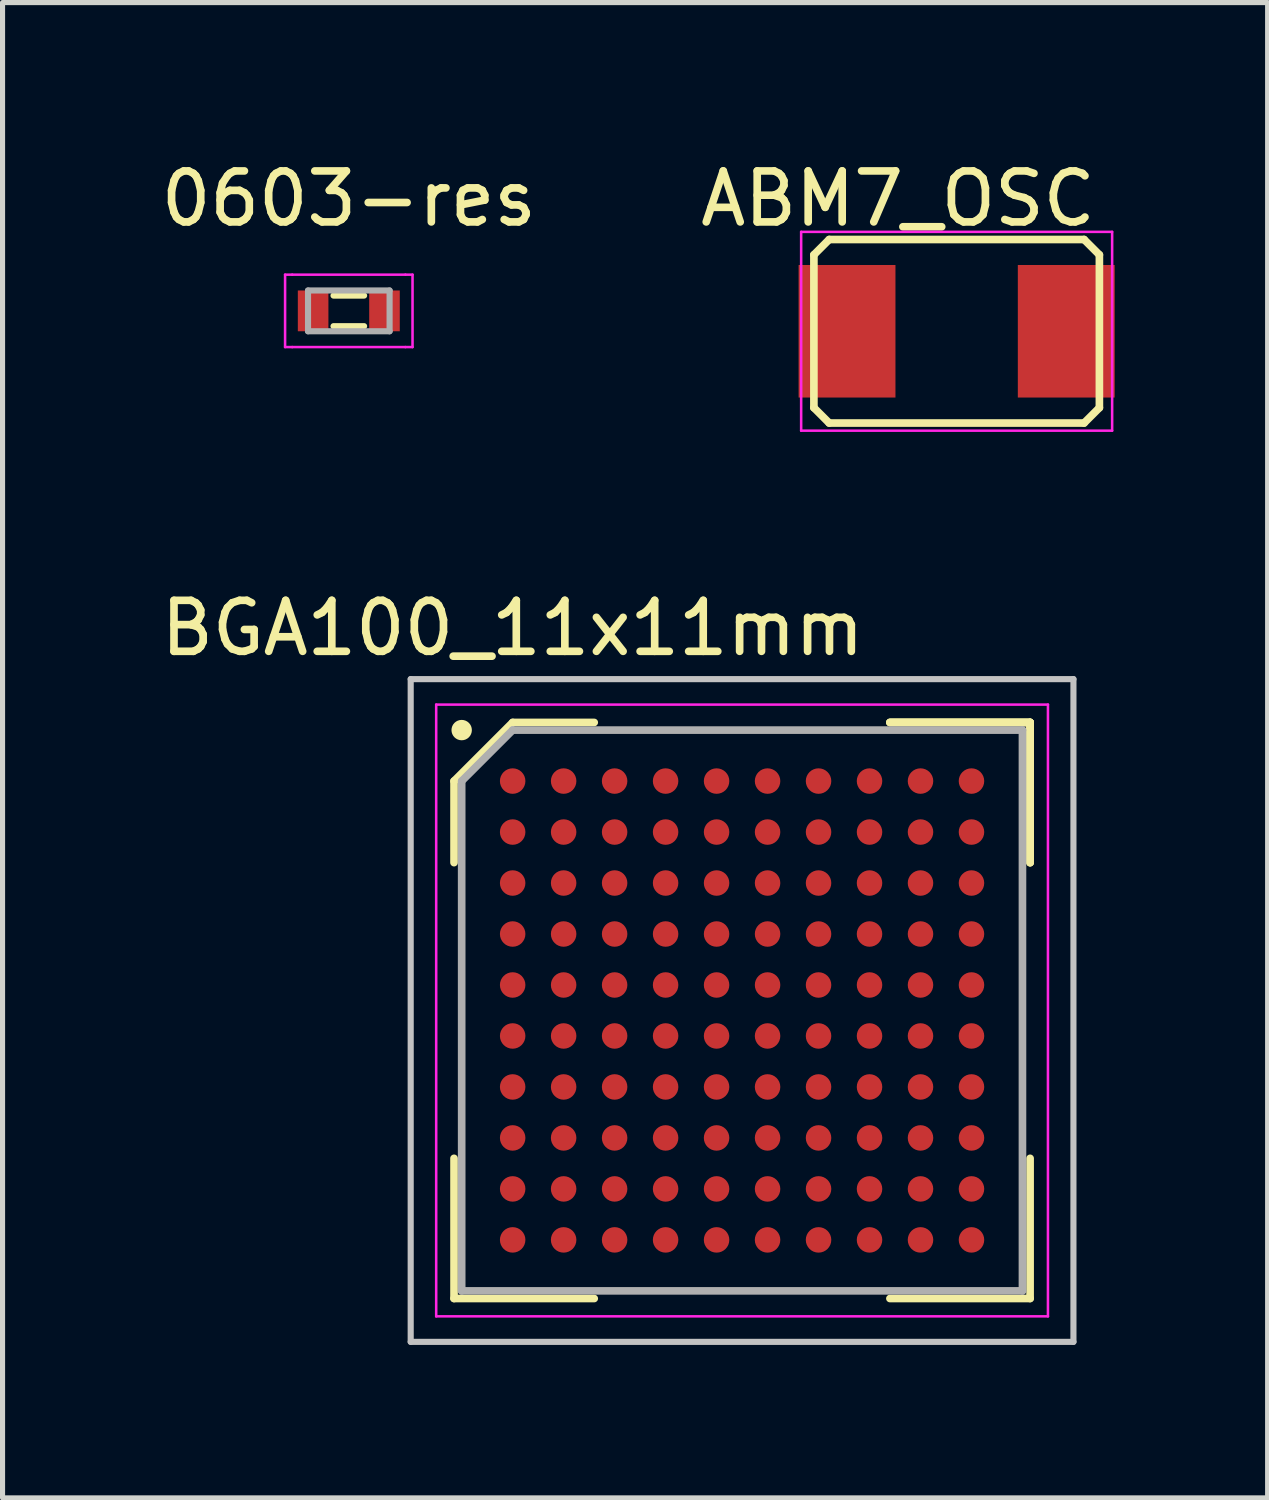
<source format=kicad_pcb>
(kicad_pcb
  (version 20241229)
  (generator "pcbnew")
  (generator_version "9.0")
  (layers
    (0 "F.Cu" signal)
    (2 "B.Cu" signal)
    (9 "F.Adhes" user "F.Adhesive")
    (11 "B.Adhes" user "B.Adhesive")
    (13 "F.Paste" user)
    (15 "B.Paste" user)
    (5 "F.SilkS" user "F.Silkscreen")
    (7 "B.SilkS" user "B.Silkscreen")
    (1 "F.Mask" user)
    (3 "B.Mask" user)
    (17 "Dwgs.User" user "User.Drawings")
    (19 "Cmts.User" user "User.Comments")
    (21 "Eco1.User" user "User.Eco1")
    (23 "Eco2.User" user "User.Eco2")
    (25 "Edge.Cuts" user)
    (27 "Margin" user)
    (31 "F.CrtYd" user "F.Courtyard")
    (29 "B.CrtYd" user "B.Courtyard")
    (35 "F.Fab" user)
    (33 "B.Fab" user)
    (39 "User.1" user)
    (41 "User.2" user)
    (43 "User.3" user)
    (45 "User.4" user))
  (footprint "BGA100_11x11mm"
    (layer "F.Cu")
    (at 11.506 16.771)
    (property "Reference" "BGA100_11x11mm" (at -4.5 -7.5 0) (layer "F.SilkS") (effects (font (size 1 1) (thickness 0.15))))
    (attr smd)
    (fp_line (start -5.65 -4.5) (end -5.65 -2.9) (stroke (width 0.15) (type solid)) (layer "F.SilkS"))
    (fp_line (start -5.65 5.65) (end -5.65 2.9) (stroke (width 0.15) (type solid)) (layer "F.SilkS"))
    (fp_line (start -4.5 -5.65) (end -5.65 -4.5) (stroke (width 0.15) (type solid)) (layer "F.SilkS"))
    (fp_line (start -2.9 -5.65) (end -4.5 -5.65) (stroke (width 0.15) (type solid)) (layer "F.SilkS"))
    (fp_line (start -2.9 5.65) (end -5.65 5.65) (stroke (width 0.15) (type solid)) (layer "F.SilkS"))
    (fp_line (start 2.9 -5.65) (end 5.65 -5.65) (stroke (width 0.15) (type solid)) (layer "F.SilkS"))
    (fp_line (start 2.9 -5.65) (end 5.65 -5.65) (stroke (width 0.15) (type solid)) (layer "F.SilkS"))
    (fp_line (start 2.9 -5.65) (end 5.65 -5.65) (stroke (width 0.15) (type solid)) (layer "F.SilkS"))
    (fp_line (start 2.9 5.65) (end 5.65 5.65) (stroke (width 0.15) (type solid)) (layer "F.SilkS"))
    (fp_line (start 5.65 -5.65) (end 5.65 -2.9) (stroke (width 0.15) (type solid)) (layer "F.SilkS"))
    (fp_line (start 5.65 -5.65) (end 5.65 -2.9) (stroke (width 0.15) (type solid)) (layer "F.SilkS"))
    (fp_line (start 5.65 -5.65) (end 5.65 -2.9) (stroke (width 0.15) (type solid)) (layer "F.SilkS"))
    (fp_line (start 5.65 5.65) (end 5.65 2.9) (stroke (width 0.15) (type solid)) (layer "F.SilkS"))
    (fp_circle (center -5.5 -5.5) (end -5.5 -5.4) (stroke (width 0.2) (type solid)) (fill no) (layer "F.SilkS"))
    (fp_line (start -6.5 -6.5) (end 6.5 -6.5) (stroke (width 0.12) (type solid)) (layer "Dwgs.User"))
    (fp_line (start -6.5 6.5) (end -6.5 -6.5) (stroke (width 0.12) (type solid)) (layer "Dwgs.User"))
    (fp_line (start 6.5 -6.5) (end 6.5 6.5) (stroke (width 0.12) (type solid)) (layer "Dwgs.User"))
    (fp_line (start 6.5 6.5) (end -6.5 6.5) (stroke (width 0.12) (type solid)) (layer "Dwgs.User"))
    (fp_line (start -6 -6) (end 6 -6) (stroke (width 0.05) (type solid)) (layer "F.CrtYd"))
    (fp_line (start -6 6) (end -6 -6) (stroke (width 0.05) (type solid)) (layer "F.CrtYd"))
    (fp_line (start 6 -6) (end 6 6) (stroke (width 0.05) (type solid)) (layer "F.CrtYd"))
    (fp_line (start 6 6) (end -6 6) (stroke (width 0.05) (type solid)) (layer "F.CrtYd"))
    (fp_line (start -5.5 -4.5) (end -5.5 5.5) (stroke (width 0.15) (type solid)) (layer "F.Fab"))
    (fp_line (start -5.5 5.5) (end 5.5 5.5) (stroke (width 0.15) (type solid)) (layer "F.Fab"))
    (fp_line (start -4.5 -5.5) (end -5.5 -4.5) (stroke (width 0.15) (type solid)) (layer "F.Fab"))
    (fp_line (start 5.5 -5.5) (end -4.5 -5.5) (stroke (width 0.15) (type solid)) (layer "F.Fab"))
    (fp_line (start 5.5 5.5) (end 5.5 -5.5) (stroke (width 0.15) (type solid)) (layer "F.Fab"))
    (pad "A1" smd circle (at -4.5 -4.5) (size 0.5 0.5) (layers "F.Cu" "F.Mask" "F.Paste"))
    (pad "A2" smd circle (at -3.5 -4.5) (size 0.5 0.5) (layers "F.Cu" "F.Mask" "F.Paste"))
    (pad "A3" smd circle (at -2.5 -4.5) (size 0.5 0.5) (layers "F.Cu" "F.Mask" "F.Paste"))
    (pad "A4" smd circle (at -1.5 -4.5) (size 0.5 0.5) (layers "F.Cu" "F.Mask" "F.Paste"))
    (pad "A5" smd circle (at -0.5 -4.5) (size 0.5 0.5) (layers "F.Cu" "F.Mask" "F.Paste"))
    (pad "A6" smd circle (at 0.5 -4.5) (size 0.5 0.5) (layers "F.Cu" "F.Mask" "F.Paste"))
    (pad "A7" smd circle (at 1.5 -4.5) (size 0.5 0.5) (layers "F.Cu" "F.Mask" "F.Paste"))
    (pad "A8" smd circle (at 2.5 -4.5) (size 0.5 0.5) (layers "F.Cu" "F.Mask" "F.Paste"))
    (pad "A9" smd circle (at 3.5 -4.5) (size 0.5 0.5) (layers "F.Cu" "F.Mask" "F.Paste"))
    (pad "A10" smd circle (at 4.5 -4.5) (size 0.5 0.5) (layers "F.Cu" "F.Mask" "F.Paste"))
    (pad "B1" smd circle (at -4.5 -3.5) (size 0.5 0.5) (layers "F.Cu" "F.Mask" "F.Paste"))
    (pad "B2" smd circle (at -3.5 -3.5) (size 0.5 0.5) (layers "F.Cu" "F.Mask" "F.Paste"))
    (pad "B3" smd circle (at -2.5 -3.5) (size 0.5 0.5) (layers "F.Cu" "F.Mask" "F.Paste"))
    (pad "B4" smd circle (at -1.5 -3.5) (size 0.5 0.5) (layers "F.Cu" "F.Mask" "F.Paste"))
    (pad "B5" smd circle (at -0.5 -3.5) (size 0.5 0.5) (layers "F.Cu" "F.Mask" "F.Paste"))
    (pad "B6" smd circle (at 0.5 -3.5) (size 0.5 0.5) (layers "F.Cu" "F.Mask" "F.Paste"))
    (pad "B7" smd circle (at 1.5 -3.5) (size 0.5 0.5) (layers "F.Cu" "F.Mask" "F.Paste"))
    (pad "B8" smd circle (at 2.5 -3.5) (size 0.5 0.5) (layers "F.Cu" "F.Mask" "F.Paste"))
    (pad "B9" smd circle (at 3.5 -3.5) (size 0.5 0.5) (layers "F.Cu" "F.Mask" "F.Paste"))
    (pad "B10" smd circle (at 4.5 -3.5) (size 0.5 0.5) (layers "F.Cu" "F.Mask" "F.Paste"))
    (pad "C1" smd circle (at -4.5 -2.5) (size 0.5 0.5) (layers "F.Cu" "F.Mask" "F.Paste"))
    (pad "C2" smd circle (at -3.5 -2.5) (size 0.5 0.5) (layers "F.Cu" "F.Mask" "F.Paste"))
    (pad "C3" smd circle (at -2.5 -2.5) (size 0.5 0.5) (layers "F.Cu" "F.Mask" "F.Paste"))
    (pad "C4" smd circle (at -1.5 -2.5) (size 0.5 0.5) (layers "F.Cu" "F.Mask" "F.Paste"))
    (pad "C5" smd circle (at -0.5 -2.5) (size 0.5 0.5) (layers "F.Cu" "F.Mask" "F.Paste"))
    (pad "C6" smd circle (at 0.5 -2.5) (size 0.5 0.5) (layers "F.Cu" "F.Mask" "F.Paste"))
    (pad "C7" smd circle (at 1.5 -2.5) (size 0.5 0.5) (layers "F.Cu" "F.Mask" "F.Paste"))
    (pad "C8" smd circle (at 2.5 -2.5) (size 0.5 0.5) (layers "F.Cu" "F.Mask" "F.Paste"))
    (pad "C9" smd circle (at 3.5 -2.5) (size 0.5 0.5) (layers "F.Cu" "F.Mask" "F.Paste"))
    (pad "C10" smd circle (at 4.5 -2.5) (size 0.5 0.5) (layers "F.Cu" "F.Mask" "F.Paste"))
    (pad "D1" smd circle (at -4.5 -1.5) (size 0.5 0.5) (layers "F.Cu" "F.Mask" "F.Paste"))
    (pad "D2" smd circle (at -3.5 -1.5) (size 0.5 0.5) (layers "F.Cu" "F.Mask" "F.Paste"))
    (pad "D3" smd circle (at -2.5 -1.5) (size 0.5 0.5) (layers "F.Cu" "F.Mask" "F.Paste"))
    (pad "D4" smd circle (at -1.5 -1.5) (size 0.5 0.5) (layers "F.Cu" "F.Mask" "F.Paste"))
    (pad "D5" smd circle (at -0.5 -1.5) (size 0.5 0.5) (layers "F.Cu" "F.Mask" "F.Paste"))
    (pad "D6" smd circle (at 0.5 -1.5) (size 0.5 0.5) (layers "F.Cu" "F.Mask" "F.Paste"))
    (pad "D7" smd circle (at 1.5 -1.5) (size 0.5 0.5) (layers "F.Cu" "F.Mask" "F.Paste"))
    (pad "D8" smd circle (at 2.5 -1.5) (size 0.5 0.5) (layers "F.Cu" "F.Mask" "F.Paste"))
    (pad "D9" smd circle (at 3.5 -1.5) (size 0.5 0.5) (layers "F.Cu" "F.Mask" "F.Paste"))
    (pad "D10" smd circle (at 4.5 -1.5) (size 0.5 0.5) (layers "F.Cu" "F.Mask" "F.Paste"))
    (pad "E1" smd circle (at -4.5 -0.5) (size 0.5 0.5) (layers "F.Cu" "F.Mask" "F.Paste"))
    (pad "E2" smd circle (at -3.5 -0.5) (size 0.5 0.5) (layers "F.Cu" "F.Mask" "F.Paste"))
    (pad "E3" smd circle (at -2.5 -0.5) (size 0.5 0.5) (layers "F.Cu" "F.Mask" "F.Paste"))
    (pad "E4" smd circle (at -1.5 -0.5) (size 0.5 0.5) (layers "F.Cu" "F.Mask" "F.Paste"))
    (pad "E5" smd circle (at -0.5 -0.5) (size 0.5 0.5) (layers "F.Cu" "F.Mask" "F.Paste"))
    (pad "E6" smd circle (at 0.5 -0.5) (size 0.5 0.5) (layers "F.Cu" "F.Mask" "F.Paste"))
    (pad "E7" smd circle (at 1.5 -0.5) (size 0.5 0.5) (layers "F.Cu" "F.Mask" "F.Paste"))
    (pad "E8" smd circle (at 2.5 -0.5) (size 0.5 0.5) (layers "F.Cu" "F.Mask" "F.Paste"))
    (pad "E9" smd circle (at 3.5 -0.5) (size 0.5 0.5) (layers "F.Cu" "F.Mask" "F.Paste"))
    (pad "E10" smd circle (at 4.5 -0.5) (size 0.5 0.5) (layers "F.Cu" "F.Mask" "F.Paste"))
    (pad "F1" smd circle (at -4.5 0.5) (size 0.5 0.5) (layers "F.Cu" "F.Mask" "F.Paste"))
    (pad "F2" smd circle (at -3.5 0.5) (size 0.5 0.5) (layers "F.Cu" "F.Mask" "F.Paste"))
    (pad "F3" smd circle (at -2.5 0.5) (size 0.5 0.5) (layers "F.Cu" "F.Mask" "F.Paste"))
    (pad "F4" smd circle (at -1.5 0.5) (size 0.5 0.5) (layers "F.Cu" "F.Mask" "F.Paste"))
    (pad "F5" smd circle (at -0.5 0.5) (size 0.5 0.5) (layers "F.Cu" "F.Mask" "F.Paste"))
    (pad "F6" smd circle (at 0.5 0.5) (size 0.5 0.5) (layers "F.Cu" "F.Mask" "F.Paste"))
    (pad "F7" smd circle (at 1.5 0.5) (size 0.5 0.5) (layers "F.Cu" "F.Mask" "F.Paste"))
    (pad "F8" smd circle (at 2.5 0.5) (size 0.5 0.5) (layers "F.Cu" "F.Mask" "F.Paste"))
    (pad "F9" smd circle (at 3.5 0.5) (size 0.5 0.5) (layers "F.Cu" "F.Mask" "F.Paste"))
    (pad "F10" smd circle (at 4.5 0.5) (size 0.5 0.5) (layers "F.Cu" "F.Mask" "F.Paste"))
    (pad "G1" smd circle (at -4.5 1.5) (size 0.5 0.5) (layers "F.Cu" "F.Mask" "F.Paste"))
    (pad "G2" smd circle (at -3.5 1.5) (size 0.5 0.5) (layers "F.Cu" "F.Mask" "F.Paste"))
    (pad "G3" smd circle (at -2.5 1.5) (size 0.5 0.5) (layers "F.Cu" "F.Mask" "F.Paste"))
    (pad "G4" smd circle (at -1.5 1.5) (size 0.5 0.5) (layers "F.Cu" "F.Mask" "F.Paste"))
    (pad "G5" smd circle (at -0.5 1.5) (size 0.5 0.5) (layers "F.Cu" "F.Mask" "F.Paste"))
    (pad "G6" smd circle (at 0.5 1.5) (size 0.5 0.5) (layers "F.Cu" "F.Mask" "F.Paste"))
    (pad "G7" smd circle (at 1.5 1.5) (size 0.5 0.5) (layers "F.Cu" "F.Mask" "F.Paste"))
    (pad "G8" smd circle (at 2.5 1.5) (size 0.5 0.5) (layers "F.Cu" "F.Mask" "F.Paste"))
    (pad "G9" smd circle (at 3.5 1.5) (size 0.5 0.5) (layers "F.Cu" "F.Mask" "F.Paste"))
    (pad "G10" smd circle (at 4.5 1.5) (size 0.5 0.5) (layers "F.Cu" "F.Mask" "F.Paste"))
    (pad "H1" smd circle (at -4.5 2.5) (size 0.5 0.5) (layers "F.Cu" "F.Mask" "F.Paste"))
    (pad "H2" smd circle (at -3.5 2.5) (size 0.5 0.5) (layers "F.Cu" "F.Mask" "F.Paste"))
    (pad "H3" smd circle (at -2.5 2.5) (size 0.5 0.5) (layers "F.Cu" "F.Mask" "F.Paste"))
    (pad "H4" smd circle (at -1.5 2.5) (size 0.5 0.5) (layers "F.Cu" "F.Mask" "F.Paste"))
    (pad "H5" smd circle (at -0.5 2.5) (size 0.5 0.5) (layers "F.Cu" "F.Mask" "F.Paste"))
    (pad "H6" smd circle (at 0.5 2.5) (size 0.5 0.5) (layers "F.Cu" "F.Mask" "F.Paste"))
    (pad "H7" smd circle (at 1.5 2.5) (size 0.5 0.5) (layers "F.Cu" "F.Mask" "F.Paste"))
    (pad "H8" smd circle (at 2.5 2.5) (size 0.5 0.5) (layers "F.Cu" "F.Mask" "F.Paste"))
    (pad "H9" smd circle (at 3.5 2.5) (size 0.5 0.5) (layers "F.Cu" "F.Mask" "F.Paste"))
    (pad "H10" smd circle (at 4.5 2.5) (size 0.5 0.5) (layers "F.Cu" "F.Mask" "F.Paste"))
    (pad "J1" smd circle (at -4.5 3.5) (size 0.5 0.5) (layers "F.Cu" "F.Mask" "F.Paste"))
    (pad "J2" smd circle (at -3.5 3.5) (size 0.5 0.5) (layers "F.Cu" "F.Mask" "F.Paste"))
    (pad "J3" smd circle (at -2.5 3.5) (size 0.5 0.5) (layers "F.Cu" "F.Mask" "F.Paste"))
    (pad "J4" smd circle (at -1.5 3.5) (size 0.5 0.5) (layers "F.Cu" "F.Mask" "F.Paste"))
    (pad "J5" smd circle (at -0.5 3.5) (size 0.5 0.5) (layers "F.Cu" "F.Mask" "F.Paste"))
    (pad "J6" smd circle (at 0.5 3.5) (size 0.5 0.5) (layers "F.Cu" "F.Mask" "F.Paste"))
    (pad "J7" smd circle (at 1.5 3.5) (size 0.5 0.5) (layers "F.Cu" "F.Mask" "F.Paste"))
    (pad "J8" smd circle (at 2.5 3.5) (size 0.5 0.5) (layers "F.Cu" "F.Mask" "F.Paste"))
    (pad "J9" smd circle (at 3.5 3.5) (size 0.5 0.5) (layers "F.Cu" "F.Mask" "F.Paste"))
    (pad "J10" smd circle (at 4.5 3.5) (size 0.5 0.5) (layers "F.Cu" "F.Mask" "F.Paste"))
    (pad "K1" smd circle (at -4.5 4.5) (size 0.5 0.5) (layers "F.Cu" "F.Mask" "F.Paste"))
    (pad "K2" smd circle (at -3.5 4.5) (size 0.5 0.5) (layers "F.Cu" "F.Mask" "F.Paste"))
    (pad "K3" smd circle (at -2.5 4.5) (size 0.5 0.5) (layers "F.Cu" "F.Mask" "F.Paste"))
    (pad "K4" smd circle (at -1.5 4.5) (size 0.5 0.5) (layers "F.Cu" "F.Mask" "F.Paste"))
    (pad "K5" smd circle (at -0.5 4.5) (size 0.5 0.5) (layers "F.Cu" "F.Mask" "F.Paste"))
    (pad "K6" smd circle (at 0.5 4.5) (size 0.5 0.5) (layers "F.Cu" "F.Mask" "F.Paste"))
    (pad "K7" smd circle (at 1.5 4.5) (size 0.5 0.5) (layers "F.Cu" "F.Mask" "F.Paste"))
    (pad "K8" smd circle (at 2.5 4.5) (size 0.5 0.5) (layers "F.Cu" "F.Mask" "F.Paste"))
    (pad "K9" smd circle (at 3.5 4.5) (size 0.5 0.5) (layers "F.Cu" "F.Mask" "F.Paste"))
    (pad "K10" smd circle (at 4.5 4.5) (size 0.5 0.5) (layers "F.Cu" "F.Mask" "F.Paste")))
  (footprint "0603-res"
    (layer "F.Cu")
    (at 3.792 3.048)
    (property "Reference" "0603-res" (at 0 -2.2 0) (layer "F.SilkS") (effects (font (size 1 1) (thickness 0.15))))
    (attr smd)
    (fp_line (start -0.3 -0.3) (end 0.3 -0.3) (stroke (width 0.12) (type solid)) (layer "F.SilkS"))
    (fp_line (start -0.3 0.3) (end 0.3 0.3) (stroke (width 0.12) (type solid)) (layer "F.SilkS"))
    (fp_line (start -1.25 0.71) (end -1.25 -0.71) (stroke (width 0.05) (type solid)) (layer "F.CrtYd"))
    (fp_line (start -1.11 -0.71) (end -1.25 -0.71) (stroke (width 0.05) (type solid)) (layer "F.CrtYd"))
    (fp_line (start -1.11 -0.71) (end 1.11 -0.71) (stroke (width 0.05) (type solid)) (layer "F.CrtYd"))
    (fp_line (start -1.11 0.71) (end -1.25 0.71) (stroke (width 0.05) (type solid)) (layer "F.CrtYd"))
    (fp_line (start 1.11 -0.71) (end 1.25 -0.71) (stroke (width 0.05) (type solid)) (layer "F.CrtYd"))
    (fp_line (start 1.11 0.71) (end -1.11 0.71) (stroke (width 0.05) (type solid)) (layer "F.CrtYd"))
    (fp_line (start 1.11 0.71) (end 1.25 0.71) (stroke (width 0.05) (type solid)) (layer "F.CrtYd"))
    (fp_line (start 1.25 -0.71) (end 1.25 0.71) (stroke (width 0.05) (type solid)) (layer "F.CrtYd"))
    (fp_line (start -0.8 -0.4) (end -0.8 0.4) (stroke (width 0.12) (type solid)) (layer "F.Fab"))
    (fp_line (start -0.8 0.4) (end 0.8 0.4) (stroke (width 0.12) (type solid)) (layer "F.Fab"))
    (fp_line (start 0.8 -0.4) (end -0.8 -0.4) (stroke (width 0.12) (type solid)) (layer "F.Fab"))
    (fp_line (start 0.8 0.4) (end 0.8 -0.4) (stroke (width 0.12) (type solid)) (layer "F.Fab"))
    (pad "1" smd rect (at -0.7 0) (size 0.6 0.8) (layers "F.Cu" "F.Mask" "F.Paste"))
    (pad "2" smd rect (at 0.7 0) (size 0.6 0.8) (layers "F.Cu" "F.Mask" "F.Paste")))
  (footprint "ABM7_OSC"
    (layer "F.Cu")
    (at 15.715 3.448)
    (property "Reference" "ABM7_OSC" (at -1.15 -2.6 0) (layer "F.SilkS") (effects (font (size 1 1) (thickness 0.15))))
    (attr smd)
    (fp_line (start -2.8 1.5) (end -2.8 -1.5) (stroke (width 0.15) (type solid)) (layer "F.SilkS"))
    (fp_line (start -2.8 1.5) (end -2.5 1.8) (stroke (width 0.15) (type solid)) (layer "F.SilkS"))
    (fp_line (start -2.5 -1.8) (end -2.8 -1.5) (stroke (width 0.15) (type solid)) (layer "F.SilkS"))
    (fp_line (start -2.5 -1.8) (end 2.5 -1.8) (stroke (width 0.15) (type solid)) (layer "F.SilkS"))
    (fp_line (start 2.5 -1.8) (end 2.8 -1.5) (stroke (width 0.15) (type solid)) (layer "F.SilkS"))
    (fp_line (start 2.5 1.8) (end -2.5 1.8) (stroke (width 0.15) (type solid)) (layer "F.SilkS"))
    (fp_line (start 2.8 -1.5) (end 2.8 1.5) (stroke (width 0.15) (type solid)) (layer "F.SilkS"))
    (fp_line (start 2.8 1.5) (end 2.5 1.8) (stroke (width 0.15) (type solid)) (layer "F.SilkS"))
    (fp_line (start -3.05 -1.95) (end 3.05 -1.95) (stroke (width 0.05) (type solid)) (layer "F.CrtYd"))
    (fp_line (start -3.05 1.95) (end -3.05 -1.95) (stroke (width 0.05) (type solid)) (layer "F.CrtYd"))
    (fp_line (start 3.05 -1.95) (end 3.05 1.95) (stroke (width 0.05) (type solid)) (layer "F.CrtYd"))
    (fp_line (start 3.05 1.95) (end -3.05 1.95) (stroke (width 0.05) (type solid)) (layer "F.CrtYd"))
    (pad "1" smd rect (at -2.15 0) (size 1.9 2.6) (layers "F.Cu" "F.Mask" "F.Paste"))
    (pad "2" smd rect (at 2.15 0) (size 1.9 2.6) (layers "F.Cu" "F.Mask" "F.Paste")))
  (gr_rect
    (start -3 -3)
    (end 21.815 26.331)
    (stroke (width 0.1) (type default))
    (fill no)
    (layer "Edge.Cuts")))
</source>
